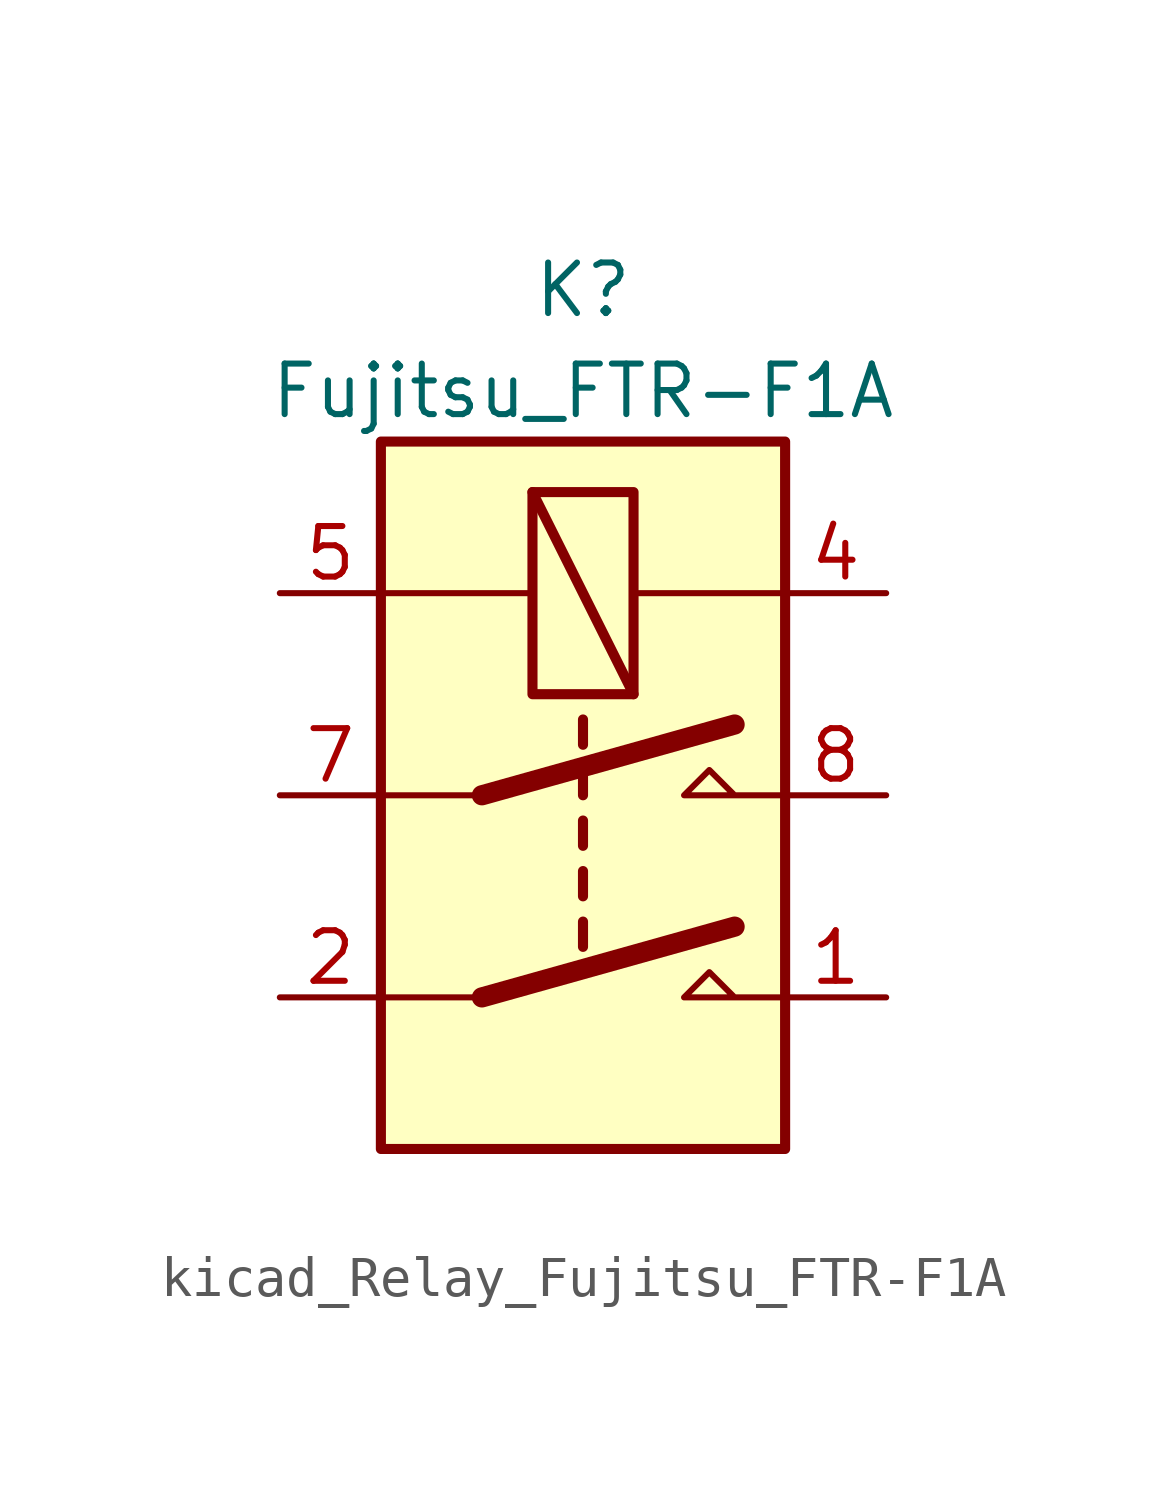
<source format=kicad_sym>
(kicad_symbol_lib
  (version 20220914)
  (generator kicad_symbol_editor)
  (symbol "kicad_Relay_Fujitsu_FTR-F1A"
    (property "Reference" "K"
      (at 0 12.7 0)
      (effects (font (size 1.27 1.27))))
    (property "Value" "Fujitsu_FTR-F1A"
      (at 0 10.16 0)
      (effects (font (size 1.27 1.27))))
    (symbol "kicad_Relay_Fujitsu_FTR-F1A_0_1"
      (rectangle (start -1.27 7.62) (end 1.27 2.54) (stroke (width 0.254) (type default)) (fill (type background)))
      (polyline (pts (xy -1.27 7.62) (xy 1.27 2.54)) (stroke (width 0.254) (type default)) (fill (type none))))
    (symbol "kicad_Relay_Fujitsu_FTR-F1A_1_1"
      (polyline (pts (xy -2.54 -5.08) (xy -5.08 -5.08)) (stroke (width 0) (type default)) (fill (type none)))
      (polyline (pts (xy -2.54 -5.08) (xy 3.81 -3.302)) (stroke (width 0.508) (type default)) (fill (type none)))
      (polyline (pts (xy -2.54 0) (xy -5.08 0)) (stroke (width 0) (type default)) (fill (type none)))
      (polyline (pts (xy -2.54 0) (xy 3.81 1.778)) (stroke (width 0.508) (type default)) (fill (type none)))
      (polyline (pts (xy 0 -3.175) (xy 0 -3.81)) (stroke (width 0.254) (type default)) (fill (type none)))
      (polyline (pts (xy 0 -1.905) (xy 0 -2.54)) (stroke (width 0.254) (type default)) (fill (type none)))
      (polyline (pts (xy 0 -0.635) (xy 0 -1.27)) (stroke (width 0.254) (type default)) (fill (type none)))
      (polyline (pts (xy 0 0.635) (xy 0 0)) (stroke (width 0.254) (type default)) (fill (type none)))
      (polyline (pts (xy 0 1.905) (xy 0 1.27)) (stroke (width 0.254) (type default)) (fill (type none)))
      (polyline (pts (xy 5.08 5.08) (xy 1.27 5.08)) (stroke (width 0) (type default)) (fill (type none)))
      (polyline (pts (xy -5.08 5.08) (xy -1.27 5.08) (xy -1.524 5.08)) (stroke (width 0) (type default)) (fill (type none)))
      (polyline (pts (xy 5.08 -5.08) (xy 2.54 -5.08) (xy 3.175 -4.445) (xy 3.81 -5.08)) (stroke (width 0) (type default)) (fill (type none)))
      (polyline (pts (xy 5.08 0) (xy 2.54 0) (xy 3.175 0.635) (xy 3.81 0)) (stroke (width 0) (type default)) (fill (type none)))
      (rectangle (start 5.08 8.89) (end -5.08 -8.89) (stroke (width 0.254) (type default)) (fill (type background)))
      (pin passive line (at 7.62 -5.08 180) (length 2.54) (name "~" (effects (font (size 1.27 1.27)))) (number "1" (effects (font (size 1.27 1.27)))))
      (pin passive line (at -7.62 -5.08 0) (length 2.54) (name "~" (effects (font (size 1.27 1.27)))) (number "2" (effects (font (size 1.27 1.27)))))
      (pin passive line (at 7.62 5.08 180) (length 2.54) (name "~" (effects (font (size 1.27 1.27)))) (number "4" (effects (font (size 1.27 1.27)))))
      (pin passive line (at -7.62 5.08 0) (length 2.54) (name "~" (effects (font (size 1.27 1.27)))) (number "5" (effects (font (size 1.27 1.27)))))
      (pin passive line (at -7.62 0 0) (length 2.54) (name "~" (effects (font (size 1.27 1.27)))) (number "7" (effects (font (size 1.27 1.27)))))
      (pin passive line (at 7.62 0 180) (length 2.54) (name "~" (effects (font (size 1.27 1.27)))) (number "8" (effects (font (size 1.27 1.27))))))))
</source>
